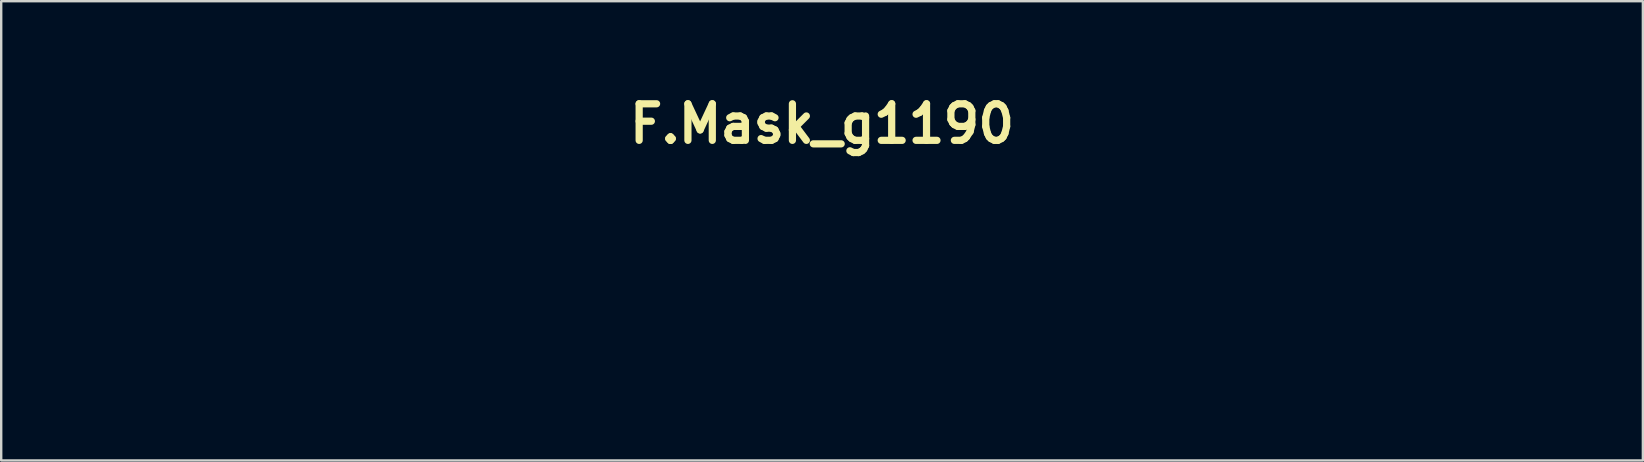
<source format=kicad_pcb>
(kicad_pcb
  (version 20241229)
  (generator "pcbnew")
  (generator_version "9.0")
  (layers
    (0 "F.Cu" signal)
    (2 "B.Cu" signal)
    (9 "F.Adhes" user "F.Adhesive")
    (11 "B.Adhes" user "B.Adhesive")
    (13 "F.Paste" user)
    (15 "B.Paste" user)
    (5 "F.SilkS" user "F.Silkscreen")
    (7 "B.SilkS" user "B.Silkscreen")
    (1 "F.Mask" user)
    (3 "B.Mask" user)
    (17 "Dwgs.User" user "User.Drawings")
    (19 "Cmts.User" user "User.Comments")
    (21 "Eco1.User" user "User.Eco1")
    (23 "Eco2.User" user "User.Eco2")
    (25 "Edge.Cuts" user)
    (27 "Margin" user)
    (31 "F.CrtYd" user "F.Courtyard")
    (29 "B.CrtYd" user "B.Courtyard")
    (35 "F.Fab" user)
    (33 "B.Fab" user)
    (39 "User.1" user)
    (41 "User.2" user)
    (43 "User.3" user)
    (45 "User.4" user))
  (footprint "F.Mask_g1190"
    (layer "F.Cu")
    (at 31.203 2.109)
    (property "Reference" "F.Mask_g1190" (at 0 0 0) (layer "F.SilkS") (effects (font (size 1.524 1.524) (thickness 0.3))))
    (attr through_hole)
    (fp_poly (pts (xy -2.216 -2.104) (xy -1.913 -2.104) (xy -1.596 -2.104) (xy -1.276 -2.104) (xy -0.959 -2.104) (xy -0.655 -2.104) (xy -0.372 -2.104) (xy -0.119 -2.104) (xy 0 -2.104) (xy 0.485 -2.104) (xy 0.929 -2.104) (xy 1.335 -2.104) (xy 1.706 -2.103) (xy 2.043 -2.103) (xy 2.349 -2.103) (xy 2.625 -2.102) (xy 2.875 -2.101) (xy 3.1 -2.1) (xy 3.302 -2.099) (xy 3.483 -2.098) (xy 3.647 -2.096) (xy 3.794 -2.095) (xy 3.928 -2.093) (xy 4.05 -2.09) (xy 4.162 -2.088) (xy 4.267 -2.085) (xy 4.367 -2.081) (xy 4.464 -2.078) (xy 4.561 -2.073) (xy 4.658 -2.069) (xy 4.71 -2.067) (xy 5.514 -2.024) (xy 6.337 -1.974) (xy 7.181 -1.914) (xy 8.048 -1.846) (xy 8.939 -1.769) (xy 9.857 -1.682) (xy 10.804 -1.586) (xy 11.781 -1.48) (xy 12.792 -1.365) (xy 13.837 -1.239) (xy 14.92 -1.103) (xy 15.991 -0.963) (xy 16.717 -0.865) (xy 17.443 -0.764) (xy 18.167 -0.661) (xy 18.888 -0.556) (xy 19.603 -0.449) (xy 20.312 -0.341) (xy 21.01 -0.231) (xy 21.698 -0.121) (xy 22.372 -0.01) (xy 23.031 0.1) (xy 23.672 0.211) (xy 24.294 0.321) (xy 24.895 0.429) (xy 25.473 0.537) (xy 26.025 0.642) (xy 26.55 0.746) (xy 27.046 0.847) (xy 27.511 0.946) (xy 27.942 1.042) (xy 28.339 1.134) (xy 28.698 1.222) (xy 29.018 1.306) (xy 29.159 1.345) (xy 29.353 1.403) (xy 29.512 1.458) (xy 29.641 1.514) (xy 29.747 1.577) (xy 29.837 1.651) (xy 29.915 1.741) (xy 29.989 1.853) (xy 30.064 1.99) (xy 30.121 2.106) (xy 30.228 2.345) (xy 30.336 2.62) (xy 30.445 2.925) (xy 30.551 3.254) (xy 30.655 3.601) (xy 30.753 3.961) (xy 30.845 4.326) (xy 30.93 4.692) (xy 31.005 5.051) (xy 31.069 5.399) (xy 31.121 5.729) (xy 31.159 6.034) (xy 31.177 6.241) (xy 31.182 6.34) (xy 31.187 6.477) (xy 31.191 6.645) (xy 31.194 6.84) (xy 31.196 7.054) (xy 31.198 7.284) (xy 31.198 7.524) (xy 31.199 7.767) (xy 31.198 8.009) (xy 31.197 8.245) (xy 31.195 8.468) (xy 31.192 8.674) (xy 31.189 8.857) (xy 31.185 9.011) (xy 31.18 9.131) (xy 31.178 9.176) (xy 31.159 9.403) (xy 31.135 9.607) (xy 31.107 9.787) (xy 31.075 9.937) (xy 31.04 10.056) (xy 31.003 10.138) (xy 30.964 10.183) (xy 30.962 10.184) (xy 30.914 10.195) (xy 30.83 10.2) (xy 30.714 10.197) (xy 30.571 10.189) (xy 30.407 10.174) (xy 30.227 10.154) (xy 30.036 10.128) (xy 30.035 10.128) (xy 29.706 10.078) (xy 29.338 10.018) (xy 28.932 9.95) (xy 28.492 9.872) (xy 28.018 9.787) (xy 27.513 9.693) (xy 26.979 9.592) (xy 26.419 9.483) (xy 25.833 9.368) (xy 25.224 9.247) (xy 24.595 9.119) (xy 23.946 8.987) (xy 23.281 8.849) (xy 22.601 8.706) (xy 21.908 8.56) (xy 21.204 8.409) (xy 20.491 8.255) (xy 19.772 8.099) (xy 19.047 7.939) (xy 18.32 7.778) (xy 17.593 7.614) (xy 16.866 7.449) (xy 16.489 7.363) (xy 16.015 7.255) (xy 15.581 7.156) (xy 15.185 7.066) (xy 14.823 6.984) (xy 14.495 6.911) (xy 14.199 6.845) (xy 13.932 6.787) (xy 13.693 6.735) (xy 13.479 6.691) (xy 13.289 6.652) (xy 13.122 6.619) (xy 12.973 6.592) (xy 12.843 6.57) (xy 12.729 6.552) (xy 12.629 6.539) (xy 12.541 6.53) (xy 12.463 6.524) (xy 12.394 6.521) (xy 12.331 6.521) (xy 12.272 6.524) (xy 12.265 6.524) (xy 12.175 6.532) (xy 12.109 6.548) (xy 12.048 6.576) (xy 11.991 6.612) (xy 11.933 6.656) (xy 11.851 6.727) (xy 11.75 6.821) (xy 11.634 6.932) (xy 11.507 7.057) (xy 11.375 7.19) (xy 11.241 7.328) (xy 11.11 7.466) (xy 10.987 7.598) (xy 10.877 7.721) (xy 10.836 7.768) (xy 10.677 7.954) (xy 10.526 8.134) (xy 10.381 8.312) (xy 10.238 8.493) (xy 10.095 8.681) (xy 9.946 8.88) (xy 9.79 9.094) (xy 9.624 9.329) (xy 9.443 9.588) (xy 9.245 9.875) (xy 9.102 10.086) (xy 8.98 10.265) (xy 8.879 10.412) (xy 8.797 10.531) (xy 8.73 10.624) (xy 8.677 10.695) (xy 8.636 10.747) (xy 8.602 10.784) (xy 8.575 10.809) (xy 8.551 10.824) (xy 8.528 10.834) (xy 8.523 10.836) (xy 8.435 10.858) (xy 8.311 10.882) (xy 8.157 10.905) (xy 7.979 10.927) (xy 7.783 10.948) (xy 7.715 10.954) (xy 7.579 10.965) (xy 7.443 10.975) (xy 7.304 10.984) (xy 7.16 10.993) (xy 7.008 11) (xy 6.845 11.006) (xy 6.67 11.011) (xy 6.479 11.015) (xy 6.27 11.019) (xy 6.041 11.021) (xy 5.788 11.023) (xy 5.51 11.024) (xy 5.205 11.024) (xy 4.868 11.023) (xy 4.498 11.022) (xy 4.093 11.02) (xy 3.65 11.018) (xy 3.344 11.016) (xy 2.946 11.014) (xy 2.582 11.012) (xy 2.248 11.01) (xy 1.942 11.008) (xy 1.66 11.006) (xy 1.398 11.005) (xy 1.154 11.004) (xy 0.923 11.003) (xy 0.704 11.002) (xy 0.491 11.001) (xy 0.283 11.001) (xy 0.075 11.001) (xy -0.135 11) (xy -0.352 11.001) (xy -0.578 11.001) (xy -0.817 11.002) (xy -1.071 11.002) (xy -1.346 11.003) (xy -1.643 11.004) (xy -1.965 11.005) (xy -2.318 11.007) (xy -2.703 11.009) (xy -3.124 11.01) (xy -3.524 11.012) (xy -3.884 11.013) (xy -4.238 11.014) (xy -4.581 11.015) (xy -4.913 11.016) (xy -5.229 11.016) (xy -5.528 11.016) (xy -5.805 11.015) (xy -6.059 11.015) (xy -6.287 11.014) (xy -6.485 11.013) (xy -6.651 11.011) (xy -6.782 11.01) (xy -6.875 11.008) (xy -6.911 11.006) (xy -7.174 10.993) (xy -7.428 10.976) (xy -7.669 10.957) (xy -7.891 10.936) (xy -8.091 10.913) (xy -8.263 10.889) (xy -8.403 10.865) (xy -8.507 10.841) (xy -8.523 10.836) (xy -8.544 10.828) (xy -8.565 10.816) (xy -8.588 10.798) (xy -8.615 10.77) (xy -8.65 10.73) (xy -8.693 10.673) (xy -8.748 10.599) (xy -8.816 10.502) (xy -8.9 10.381) (xy -9.003 10.233) (xy -9.125 10.054) (xy -9.195 9.951) (xy -9.394 9.661) (xy -9.574 9.402) (xy -9.737 9.169) (xy -9.888 8.959) (xy -10.03 8.766) (xy -10.166 8.585) (xy -10.3 8.413) (xy -10.435 8.244) (xy -10.575 8.074) (xy -10.723 7.899) (xy -10.835 7.768) (xy -10.94 7.65) (xy -11.059 7.52) (xy -11.188 7.383) (xy -11.322 7.245) (xy -11.456 7.108) (xy -11.586 6.979) (xy -11.707 6.862) (xy -11.815 6.761) (xy -11.905 6.68) (xy -11.973 6.626) (xy -11.985 6.617) (xy -12.055 6.572) (xy -12.114 6.546) (xy -12.179 6.532) (xy -12.265 6.524) (xy -12.327 6.521) (xy -12.395 6.522) (xy -12.47 6.525) (xy -12.555 6.532) (xy -12.651 6.543) (xy -12.762 6.558) (xy -12.887 6.578) (xy -13.031 6.603) (xy -13.194 6.634) (xy -13.38 6.671) (xy -13.589 6.714) (xy -13.825 6.764) (xy -14.089 6.821) (xy -14.383 6.886) (xy -14.709 6.959) (xy -15.07 7.04) (xy -15.467 7.13) (xy -15.903 7.23) (xy -16.034 7.26) (xy -16.781 7.43) (xy -17.522 7.598) (xy -18.256 7.762) (xy -18.982 7.923) (xy -19.697 8.081) (xy -20.402 8.235) (xy -21.095 8.385) (xy -21.774 8.531) (xy -22.439 8.672) (xy -23.088 8.809) (xy -23.721 8.941) (xy -24.335 9.067) (xy -24.929 9.189) (xy -25.504 9.304) (xy -26.056 9.414) (xy -26.586 9.518) (xy -27.091 9.615) (xy -27.572 9.706) (xy -28.025 9.79) (xy -28.451 9.867) (xy -28.848 9.936) (xy -29.215 9.998) (xy -29.55 10.053) (xy -29.853 10.099) (xy -30.123 10.137) (xy -30.357 10.167) (xy -30.555 10.188) (xy -30.716 10.2) (xy -30.838 10.203) (xy -30.921 10.197) (xy -30.933 10.194) (xy -30.98 10.165) (xy -31.022 10.1) (xy -31.061 9.999) (xy -31.096 9.86) (xy -31.129 9.681) (xy -31.15 9.536) (xy -31.157 9.455) (xy -31.165 9.337) (xy -31.171 9.187) (xy -31.177 9.008) (xy -31.182 8.806) (xy -31.187 8.585) (xy -31.191 8.35) (xy -31.194 8.106) (xy -31.195 8.008) (xy -30.089 8.008) (xy -30.088 8.203) (xy -30.087 8.385) (xy -30.086 8.548) (xy -30.083 8.689) (xy -30.08 8.801) (xy -30.075 8.88) (xy -30.071 8.919) (xy -30.054 9.001) (xy -29.944 8.987) (xy -29.857 8.975) (xy -29.735 8.956) (xy -29.583 8.931) (xy -29.408 8.902) (xy -29.216 8.869) (xy -29.012 8.834) (xy -28.804 8.798) (xy -28.596 8.761) (xy -28.395 8.724) (xy -28.208 8.69) (xy -28.04 8.658) (xy -28.035 8.657) (xy -27.964 8.644) (xy -27.857 8.623) (xy -27.722 8.598) (xy -27.565 8.568) (xy -27.393 8.535) (xy -27.213 8.501) (xy -27.083 8.476) (xy -25.985 8.264) (xy -24.851 8.04) (xy -23.688 7.804) (xy -22.501 7.557) (xy -21.294 7.302) (xy -20.072 7.038) (xy -18.841 6.767) (xy -17.606 6.49) (xy -16.542 6.247) (xy -16.145 6.156) (xy -15.787 6.073) (xy -15.465 5.999) (xy -15.175 5.933) (xy -14.917 5.874) (xy -14.685 5.821) (xy -14.479 5.775) (xy -14.294 5.733) (xy -14.129 5.697) (xy -13.981 5.664) (xy -13.847 5.635) (xy -13.724 5.609) (xy -13.609 5.585) (xy -13.5 5.562) (xy -13.394 5.541) (xy -13.289 5.52) (xy -13.255 5.513) (xy -13.039 5.472) (xy -12.859 5.439) (xy -12.709 5.415) (xy -12.583 5.398) (xy -12.475 5.388) (xy -12.381 5.384) (xy -12.293 5.386) (xy -12.208 5.394) (xy -12.186 5.396) (xy -12.013 5.424) (xy -11.84 5.463) (xy -11.68 5.51) (xy -11.546 5.562) (xy -11.516 5.577) (xy -11.384 5.655) (xy -11.231 5.767) (xy -11.06 5.909) (xy -10.871 6.081) (xy -10.669 6.279) (xy -10.453 6.502) (xy -10.228 6.747) (xy -9.995 7.013) (xy -9.756 7.297) (xy -9.726 7.334) (xy -9.577 7.519) (xy -9.41 7.734) (xy -9.229 7.971) (xy -9.038 8.227) (xy -8.843 8.494) (xy -8.647 8.766) (xy -8.455 9.037) (xy -8.351 9.186) (xy -8.253 9.328) (xy -8.162 9.459) (xy -8.081 9.575) (xy -8.014 9.671) (xy -7.962 9.745) (xy -7.929 9.791) (xy -7.919 9.805) (xy -7.886 9.818) (xy -7.811 9.829) (xy -7.696 9.84) (xy -7.54 9.85) (xy -7.345 9.858) (xy -7.111 9.866) (xy -6.839 9.873) (xy -6.53 9.879) (xy -6.184 9.884) (xy -5.802 9.888) (xy -5.385 9.892) (xy -4.933 9.894) (xy -4.448 9.895) (xy -3.93 9.895) (xy -3.379 9.894) (xy -2.797 9.892) (xy -2.54 9.891) (xy -2.209 9.889) (xy -1.876 9.888) (xy -1.548 9.887) (xy -1.226 9.886) (xy -0.915 9.886) (xy -0.62 9.885) (xy -0.343 9.885) (xy -0.09 9.885) (xy 0.136 9.885) (xy 0.331 9.886) (xy 0.491 9.887) (xy 0.593 9.888) (xy 0.907 9.89) (xy 1.239 9.893) (xy 1.586 9.894) (xy 1.945 9.895) (xy 2.313 9.896) (xy 2.689 9.896) (xy 3.07 9.896) (xy 3.453 9.895) (xy 3.835 9.893) (xy 4.215 9.892) (xy 4.59 9.889) (xy 4.956 9.887) (xy 5.312 9.884) (xy 5.656 9.881) (xy 5.984 9.877) (xy 6.294 9.873) (xy 6.583 9.869) (xy 6.85 9.864) (xy 7.091 9.86) (xy 7.304 9.855) (xy 7.487 9.85) (xy 7.637 9.844) (xy 7.751 9.839) (xy 7.827 9.833) (xy 7.857 9.829) (xy 7.877 9.82) (xy 7.904 9.796) (xy 7.94 9.756) (xy 7.988 9.696) (xy 8.05 9.614) (xy 8.128 9.504) (xy 8.226 9.366) (xy 8.331 9.214) (xy 8.675 8.726) (xy 9.008 8.267) (xy 9.33 7.84) (xy 9.64 7.444) (xy 9.936 7.082) (xy 10.219 6.753) (xy 10.488 6.459) (xy 10.741 6.201) (xy 10.977 5.98) (xy 11.095 5.879) (xy 11.266 5.744) (xy 11.421 5.638) (xy 11.571 5.556) (xy 11.725 5.494) (xy 11.894 5.447) (xy 12.088 5.409) (xy 12.118 5.405) (xy 12.18 5.396) (xy 12.242 5.39) (xy 12.308 5.386) (xy 12.379 5.386) (xy 12.456 5.389) (xy 12.544 5.395) (xy 12.642 5.406) (xy 12.755 5.422) (xy 12.883 5.442) (xy 13.029 5.468) (xy 13.195 5.5) (xy 13.384 5.538) (xy 13.597 5.582) (xy 13.837 5.634) (xy 14.105 5.693) (xy 14.405 5.759) (xy 14.737 5.834) (xy 15.105 5.918) (xy 15.51 6.01) (xy 15.854 6.089) (xy 16.233 6.175) (xy 16.575 6.254) (xy 16.881 6.324) (xy 17.155 6.386) (xy 17.399 6.442) (xy 17.617 6.492) (xy 17.812 6.536) (xy 17.986 6.576) (xy 18.143 6.611) (xy 18.286 6.644) (xy 18.417 6.673) (xy 18.54 6.701) (xy 18.657 6.727) (xy 18.772 6.753) (xy 18.888 6.779) (xy 19.007 6.805) (xy 19.132 6.833) (xy 19.267 6.863) (xy 19.396 6.891) (xy 19.8 6.98) (xy 20.218 7.071) (xy 20.648 7.163) (xy 21.089 7.257) (xy 21.538 7.353) (xy 21.994 7.448) (xy 22.454 7.545) (xy 22.918 7.641) (xy 23.382 7.736) (xy 23.846 7.831) (xy 24.307 7.925) (xy 24.763 8.017) (xy 25.212 8.107) (xy 25.654 8.195) (xy 26.085 8.28) (xy 26.503 8.363) (xy 26.908 8.442) (xy 27.297 8.517) (xy 27.668 8.588) (xy 28.02 8.654) (xy 28.349 8.716) (xy 28.656 8.772) (xy 28.937 8.823) (xy 29.191 8.868) (xy 29.416 8.907) (xy 29.61 8.939) (xy 29.771 8.963) (xy 29.897 8.981) (xy 29.987 8.99) (xy 30.039 8.991) (xy 30.05 8.988) (xy 30.06 8.957) (xy 30.069 8.887) (xy 30.077 8.784) (xy 30.083 8.652) (xy 30.088 8.495) (xy 30.091 8.318) (xy 30.093 8.124) (xy 30.094 7.919) (xy 30.093 7.706) (xy 30.091 7.49) (xy 30.087 7.275) (xy 30.082 7.066) (xy 30.076 6.868) (xy 30.068 6.683) (xy 30.06 6.517) (xy 30.049 6.375) (xy 30.047 6.35) (xy 30.002 5.909) (xy 29.948 5.498) (xy 29.882 5.107) (xy 29.803 4.725) (xy 29.708 4.34) (xy 29.595 3.944) (xy 29.461 3.524) (xy 29.444 3.471) (xy 29.369 3.248) (xy 29.304 3.06) (xy 29.247 2.905) (xy 29.195 2.779) (xy 29.144 2.677) (xy 29.092 2.596) (xy 29.036 2.533) (xy 28.973 2.482) (xy 28.899 2.441) (xy 28.812 2.406) (xy 28.709 2.372) (xy 28.587 2.336) (xy 28.557 2.328) (xy 28.317 2.262) (xy 28.037 2.192) (xy 27.72 2.118) (xy 27.366 2.039) (xy 26.978 1.957) (xy 26.559 1.871) (xy 26.109 1.782) (xy 25.631 1.691) (xy 25.127 1.597) (xy 24.6 1.501) (xy 24.05 1.404) (xy 23.48 1.305) (xy 22.892 1.205) (xy 22.288 1.105) (xy 21.67 1.004) (xy 21.04 0.903) (xy 20.4 0.803) (xy 19.752 0.703) (xy 19.098 0.605) (xy 18.44 0.508) (xy 17.779 0.413) (xy 17.119 0.32) (xy 16.461 0.229) (xy 16.108 0.181) (xy 15.57 0.11) (xy 15.021 0.039) (xy 14.464 -0.031) (xy 13.901 -0.1) (xy 13.336 -0.168) (xy 12.772 -0.235) (xy 12.212 -0.299) (xy 11.659 -0.361) (xy 11.116 -0.42) (xy 10.587 -0.477) (xy 10.074 -0.53) (xy 9.581 -0.58) (xy 9.111 -0.625) (xy 8.666 -0.666) (xy 8.25 -0.703) (xy 7.867 -0.735) (xy 7.518 -0.761) (xy 7.208 -0.782) (xy 7.165 -0.784) (xy 7.023 -0.791) (xy 6.878 -0.796) (xy 6.725 -0.798) (xy 6.559 -0.797) (xy 6.377 -0.794) (xy 6.172 -0.787) (xy 5.94 -0.778) (xy 5.676 -0.765) (xy 5.376 -0.749) (xy 5.323 -0.746) (xy 5.053 -0.733) (xy 4.747 -0.723) (xy 4.41 -0.716) (xy 4.048 -0.711) (xy 3.667 -0.708) (xy 3.273 -0.708) (xy 2.872 -0.71) (xy 2.47 -0.714) (xy 2.072 -0.721) (xy 1.685 -0.73) (xy 1.313 -0.74) (xy 0.964 -0.753) (xy 0.642 -0.768) (xy 0.355 -0.785) (xy 0.344 -0.786) (xy 0.107 -0.797) (xy -0.117 -0.797) (xy -0.344 -0.786) (xy -0.638 -0.768) (xy -0.965 -0.753) (xy -1.319 -0.74) (xy -1.695 -0.729) (xy -2.085 -0.72) (xy -2.486 -0.714) (xy -2.89 -0.709) (xy -3.293 -0.708) (xy -3.687 -0.708) (xy -4.069 -0.712) (xy -4.431 -0.717) (xy -4.769 -0.725) (xy -5.075 -0.736) (xy -5.345 -0.75) (xy -5.634 -0.765) (xy -5.93 -0.776) (xy -6.225 -0.784) (xy -6.514 -0.788) (xy -6.79 -0.789) (xy -7.045 -0.786) (xy -7.274 -0.779) (xy -7.469 -0.769) (xy -7.514 -0.765) (xy -8.573 -0.674) (xy -9.668 -0.571) (xy -10.795 -0.456) (xy -11.951 -0.33) (xy -13.131 -0.193) (xy -14.332 -0.046) (xy -15.549 0.11) (xy -16.779 0.275) (xy -18.017 0.449) (xy -19.26 0.631) (xy -20.504 0.82) (xy -21.744 1.016) (xy -22.849 1.198) (xy -23.376 1.286) (xy -23.89 1.375) (xy -24.389 1.463) (xy -24.871 1.55) (xy -25.336 1.636) (xy -25.781 1.72) (xy -26.205 1.803) (xy -26.606 1.883) (xy -26.982 1.96) (xy -27.331 2.034) (xy -27.652 2.105) (xy -27.944 2.171) (xy -28.203 2.234) (xy -28.43 2.292) (xy -28.621 2.346) (xy -28.776 2.394) (xy -28.892 2.437) (xy -28.968 2.474) (xy -28.969 2.474) (xy -29.016 2.508) (xy -29.06 2.552) (xy -29.103 2.609) (xy -29.147 2.684) (xy -29.193 2.779) (xy -29.244 2.899) (xy -29.299 3.047) (xy -29.363 3.226) (xy -29.435 3.44) (xy -29.483 3.586) (xy -29.623 4.035) (xy -29.741 4.468) (xy -29.839 4.894) (xy -29.92 5.325) (xy -29.986 5.771) (xy -30.039 6.243) (xy -30.061 6.488) (xy -30.066 6.576) (xy -30.071 6.697) (xy -30.076 6.844) (xy -30.079 7.013) (xy -30.083 7.198) (xy -30.085 7.396) (xy -30.087 7.6) (xy -30.088 7.806) (xy -30.089 8.008) (xy -31.195 8.008) (xy -31.196 7.857) (xy -31.198 7.609) (xy -31.198 7.366) (xy -31.198 7.133) (xy -31.196 6.914) (xy -31.193 6.714) (xy -31.19 6.538) (xy -31.185 6.391) (xy -31.18 6.287) (xy -31.156 6.019) (xy -31.122 5.734) (xy -31.076 5.434) (xy -31.021 5.124) (xy -30.957 4.805) (xy -30.885 4.483) (xy -30.807 4.161) (xy -30.723 3.842) (xy -30.635 3.53) (xy -30.543 3.228) (xy -30.449 2.94) (xy -30.354 2.671) (xy -30.258 2.422) (xy -30.163 2.198) (xy -30.07 2.002) (xy -29.979 1.839) (xy -29.892 1.711) (xy -29.828 1.638) (xy -29.762 1.587) (xy -29.665 1.534) (xy -29.537 1.478) (xy -29.377 1.419) (xy -29.183 1.356) (xy -28.954 1.29) (xy -28.69 1.219) (xy -28.388 1.144) (xy -28.049 1.065) (xy -27.671 0.98) (xy -27.252 0.89) (xy -27.009 0.839) (xy -26.28 0.691) (xy -25.513 0.543) (xy -24.711 0.393) (xy -23.877 0.244) (xy -23.015 0.095) (xy -22.129 -0.053) (xy -21.222 -0.199) (xy -20.298 -0.343) (xy -19.359 -0.485) (xy -18.411 -0.624) (xy -17.456 -0.76) (xy -16.498 -0.892) (xy -15.541 -1.019) (xy -14.587 -1.142) (xy -13.642 -1.259) (xy -12.707 -1.37) (xy -11.788 -1.475) (xy -10.887 -1.573) (xy -10.007 -1.664) (xy -9.154 -1.747) (xy -8.329 -1.822) (xy -7.538 -1.887) (xy -6.782 -1.944) (xy -6.742 -1.947) (xy -6.615 -1.956) (xy -6.49 -1.964) (xy -6.378 -1.972) (xy -6.293 -1.978) (xy -6.276 -1.979) (xy -5.72 -2.016) (xy -5.167 -2.046) (xy -4.608 -2.07) (xy -4.035 -2.087) (xy -3.439 -2.098) (xy -2.814 -2.103) (xy -2.498 -2.104) (xy -2.216 -2.104)) (stroke (width 0.01) (type solid)) (fill yes) (layer "F.Mask")))
  (gr_rect
    (start -3 -3)
    (end 65.407 16.138)
    (stroke (width 0.1) (type default))
    (fill no)
    (layer "Edge.Cuts")))
</source>
